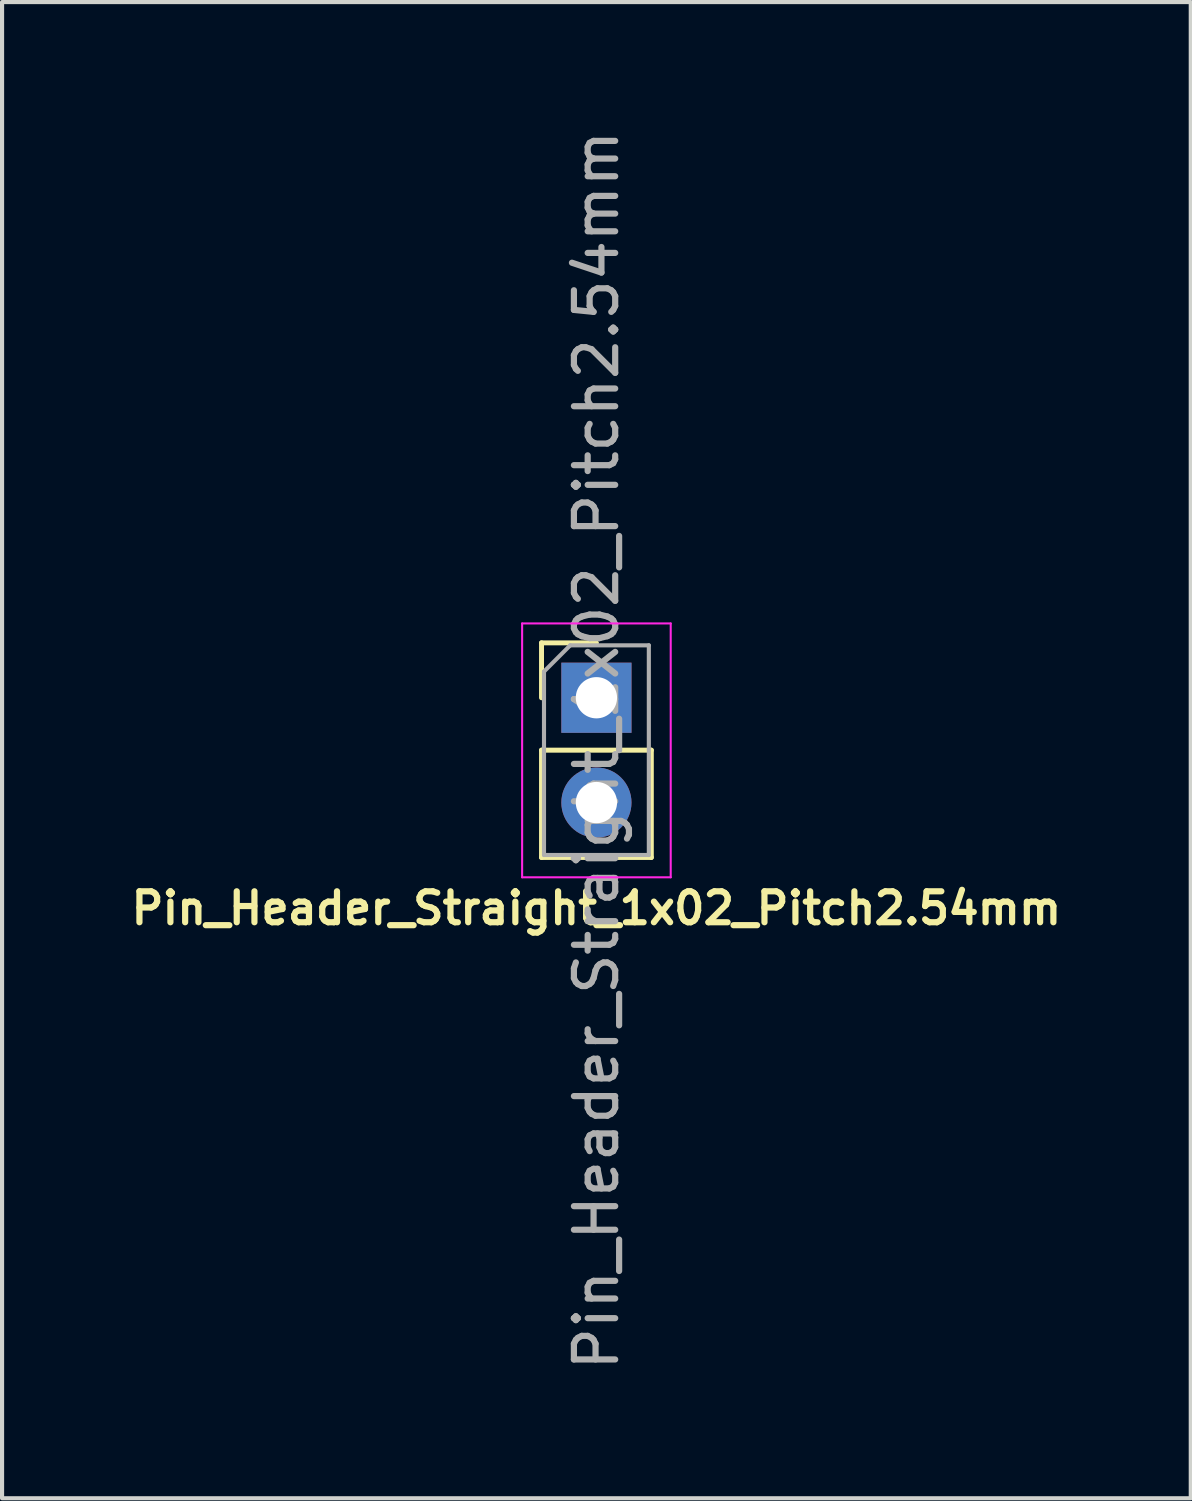
<source format=kicad_pcb>
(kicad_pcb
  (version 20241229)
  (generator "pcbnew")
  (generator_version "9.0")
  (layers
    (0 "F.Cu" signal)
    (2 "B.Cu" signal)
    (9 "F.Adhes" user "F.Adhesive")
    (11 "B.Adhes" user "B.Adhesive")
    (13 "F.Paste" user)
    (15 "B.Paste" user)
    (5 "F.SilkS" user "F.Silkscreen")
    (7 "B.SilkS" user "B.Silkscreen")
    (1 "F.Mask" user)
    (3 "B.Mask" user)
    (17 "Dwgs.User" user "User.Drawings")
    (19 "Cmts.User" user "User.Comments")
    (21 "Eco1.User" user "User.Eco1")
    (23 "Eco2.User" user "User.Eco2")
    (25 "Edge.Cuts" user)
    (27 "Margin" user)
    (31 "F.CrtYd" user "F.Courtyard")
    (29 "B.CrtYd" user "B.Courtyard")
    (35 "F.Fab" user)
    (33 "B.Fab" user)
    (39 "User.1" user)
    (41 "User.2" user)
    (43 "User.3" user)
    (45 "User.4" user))
  (footprint "Pin_Header_Straight_1x02_Pitch2.54mm"
    (layer "F.Cu")
    (at 11.4 13.855)
    (property "Reference" "Pin_Header_Straight_1x02_Pitch2.54mm" (at 0 5.1 180) (layer "F.SilkS") (effects (font (size 0.75 0.75) (thickness 0.15))))
    (attr through_hole)
    (fp_line (start -1.33 -1.33) (end 0 -1.33) (stroke (width 0.12) (type solid)) (layer "F.SilkS"))
    (fp_line (start -1.33 0) (end -1.33 -1.33) (stroke (width 0.12) (type solid)) (layer "F.SilkS"))
    (fp_line (start -1.33 1.27) (end -1.33 3.87) (stroke (width 0.12) (type solid)) (layer "F.SilkS"))
    (fp_line (start -1.33 1.27) (end 1.33 1.27) (stroke (width 0.12) (type solid)) (layer "F.SilkS"))
    (fp_line (start -1.33 3.87) (end 1.33 3.87) (stroke (width 0.12) (type solid)) (layer "F.SilkS"))
    (fp_line (start 1.33 1.27) (end 1.33 3.87) (stroke (width 0.12) (type solid)) (layer "F.SilkS"))
    (fp_line (start -1.8 -1.8) (end -1.8 4.35) (stroke (width 0.05) (type solid)) (layer "F.CrtYd"))
    (fp_line (start -1.8 4.35) (end 1.8 4.35) (stroke (width 0.05) (type solid)) (layer "F.CrtYd"))
    (fp_line (start 1.8 -1.8) (end -1.8 -1.8) (stroke (width 0.05) (type solid)) (layer "F.CrtYd"))
    (fp_line (start 1.8 4.35) (end 1.8 -1.8) (stroke (width 0.05) (type solid)) (layer "F.CrtYd"))
    (fp_line (start -1.27 -0.635) (end -0.635 -1.27) (stroke (width 0.1) (type solid)) (layer "F.Fab"))
    (fp_line (start -1.27 3.81) (end -1.27 -0.635) (stroke (width 0.1) (type solid)) (layer "F.Fab"))
    (fp_line (start -0.635 -1.27) (end 1.27 -1.27) (stroke (width 0.1) (type solid)) (layer "F.Fab"))
    (fp_line (start 1.27 -1.27) (end 1.27 3.81) (stroke (width 0.1) (type solid)) (layer "F.Fab"))
    (fp_line (start 1.27 3.81) (end -1.27 3.81) (stroke (width 0.1) (type solid)) (layer "F.Fab"))
    (fp_text user "${REFERENCE}" (at 0 1.27 90) (layer "F.Fab") (effects (font (size 1 1) (thickness 0.15))))
    (pad "1" thru_hole rect (at 0 0) (size 1.7 1.7) (drill 1) (layers "*.Cu" "*.Mask"))
    (pad "2" thru_hole oval (at 0 2.54) (size 1.7 1.7) (drill 1) (layers "*.Cu" "*.Mask")))
  (gr_rect
    (start -3 -3)
    (end 25.8 33.25)
    (stroke (width 0.1) (type default))
    (fill no)
    (layer "Edge.Cuts")))
</source>
